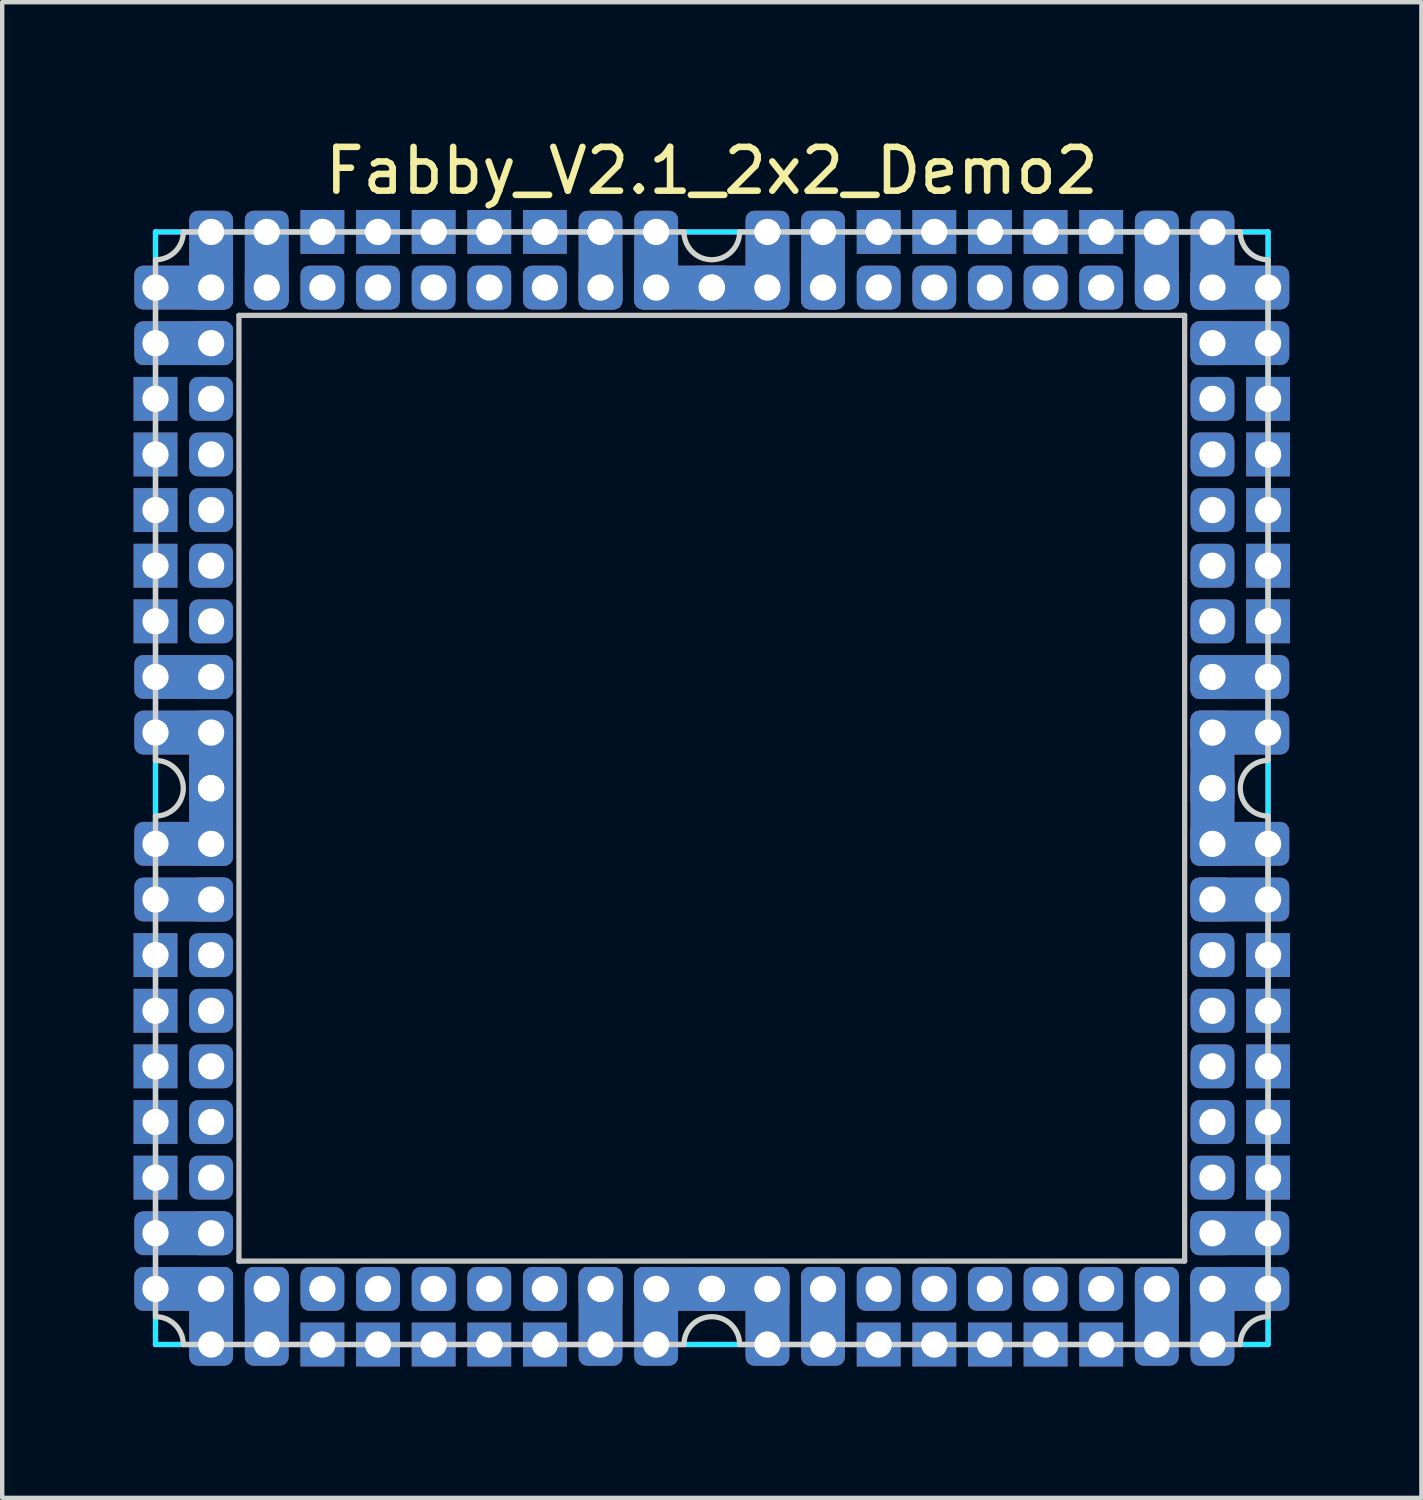
<source format=kicad_pcb>
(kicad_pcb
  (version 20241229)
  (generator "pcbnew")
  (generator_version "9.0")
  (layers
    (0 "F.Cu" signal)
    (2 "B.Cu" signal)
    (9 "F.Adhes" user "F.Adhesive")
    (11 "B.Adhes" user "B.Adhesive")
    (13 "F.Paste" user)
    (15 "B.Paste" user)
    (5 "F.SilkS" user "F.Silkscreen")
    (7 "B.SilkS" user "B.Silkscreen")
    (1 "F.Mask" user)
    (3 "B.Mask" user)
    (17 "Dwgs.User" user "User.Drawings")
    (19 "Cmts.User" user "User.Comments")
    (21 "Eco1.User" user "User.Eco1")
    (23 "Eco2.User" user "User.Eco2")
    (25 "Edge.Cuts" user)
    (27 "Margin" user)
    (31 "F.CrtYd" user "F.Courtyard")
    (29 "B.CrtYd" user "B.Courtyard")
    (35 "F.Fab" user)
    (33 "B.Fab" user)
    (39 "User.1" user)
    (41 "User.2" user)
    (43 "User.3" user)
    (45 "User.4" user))
  (footprint "Fabby_V2.1_2x2_Demo2"
    (layer "F.Cu")
    (at 13.2 14.945)
    (property "Reference" "Fabby_V2.1_2x2_Demo2" (at 0 -14.097 0) (layer "F.SilkS") (effects (font (size 1 1) (thickness 0.15))))
    (attr through_hole)
    (fp_line (start -10.795 -10.795) (end 10.795 -10.795) (stroke (width 0.12) (type solid)) (layer "Dwgs.User"))
    (fp_line (start -10.795 10.795) (end -10.795 -10.795) (stroke (width 0.12) (type solid)) (layer "Dwgs.User"))
    (fp_line (start 10.795 -10.795) (end 10.795 10.795) (stroke (width 0.12) (type solid)) (layer "Dwgs.User"))
    (fp_line (start 10.795 10.795) (end -10.795 10.795) (stroke (width 0.12) (type solid)) (layer "Dwgs.User"))
    (fp_line (start -12.7 -12.065) (end -12.7 -0.635) (stroke (width 0.12) (type solid)) (layer "Edge.Cuts"))
    (fp_line (start -12.7 0.635) (end -12.7 12.065) (stroke (width 0.12) (type solid)) (layer "Edge.Cuts"))
    (fp_line (start -12.065 -12.7) (end -0.635 -12.7) (stroke (width 0.12) (type solid)) (layer "Edge.Cuts"))
    (fp_line (start -0.635 12.7) (end -12.065 12.7) (stroke (width 0.12) (type solid)) (layer "Edge.Cuts"))
    (fp_line (start 0.635 -12.7) (end 12.065 -12.7) (stroke (width 0.12) (type solid)) (layer "Edge.Cuts"))
    (fp_line (start 12.065 12.7) (end 0.635 12.7) (stroke (width 0.12) (type solid)) (layer "Edge.Cuts"))
    (fp_line (start 12.7 -12.065) (end 12.7 -0.635) (stroke (width 0.12) (type solid)) (layer "Edge.Cuts"))
    (fp_line (start 12.7 0.635) (end 12.7 12.065) (stroke (width 0.12) (type solid)) (layer "Edge.Cuts"))
    (fp_arc (start -12.7 -0.635) (mid -12.065 0) (end -12.7 0.635) (stroke (width 0.12) (type solid)) (layer "Edge.Cuts"))
    (fp_arc (start -12.7 12.065) (mid -12.250987 12.250987) (end -12.065 12.7) (stroke (width 0.12) (type solid)) (layer "Edge.Cuts"))
    (fp_arc (start -12.065 -12.7) (mid -12.250987 -12.250987) (end -12.7 -12.065) (stroke (width 0.12) (type solid)) (layer "Edge.Cuts"))
    (fp_arc (start -0.635 12.7) (mid 0 12.065) (end 0.635 12.7) (stroke (width 0.12) (type solid)) (layer "Edge.Cuts"))
    (fp_arc (start 0.635 -12.7) (mid 0 -12.065) (end -0.635 -12.7) (stroke (width 0.12) (type solid)) (layer "Edge.Cuts"))
    (fp_arc (start 12.065 12.7) (mid 12.250987 12.250987) (end 12.7 12.065) (stroke (width 0.12) (type solid)) (layer "Edge.Cuts"))
    (fp_arc (start 12.7 -12.065) (mid 12.250987 -12.250987) (end 12.065 -12.7) (stroke (width 0.12) (type solid)) (layer "Edge.Cuts"))
    (fp_arc (start 12.7 0.635) (mid 12.065 0) (end 12.7 -0.635) (stroke (width 0.12) (type solid)) (layer "Edge.Cuts"))
    (fp_line (start -12.7 -12.7) (end 12.7 -12.7) (stroke (width 0.12) (type solid)) (layer "B.CrtYd"))
    (fp_line (start -12.7 12.7) (end -12.7 -12.7) (stroke (width 0.12) (type solid)) (layer "B.CrtYd"))
    (fp_line (start 12.7 -12.7) (end 12.7 12.7) (stroke (width 0.12) (type solid)) (layer "B.CrtYd"))
    (fp_line (start 12.7 12.7) (end -12.7 12.7) (stroke (width 0.12) (type solid)) (layer "B.CrtYd"))
    (fp_line (start -12.7 -12.7) (end 12.7 -12.7) (stroke (width 0.12) (type solid)) (layer "F.CrtYd"))
    (fp_line (start -12.7 12.7) (end -12.7 -12.7) (stroke (width 0.12) (type solid)) (layer "F.CrtYd"))
    (fp_line (start 12.7 -12.7) (end 12.7 12.7) (stroke (width 0.12) (type solid)) (layer "F.CrtYd"))
    (fp_line (start 12.7 12.7) (end -12.7 12.7) (stroke (width 0.12) (type solid)) (layer "F.CrtYd"))
    (pad "" thru_hole rect (at -12.7 -8.89 270) (size 1 1) (drill 0.6) (layers "*.Cu" "*.Mask"))
    (pad "" thru_hole rect (at -12.7 -7.62 270) (size 1 1) (drill 0.6) (layers "*.Cu" "*.Mask"))
    (pad "" thru_hole rect (at -12.7 -6.35 270) (size 1 1) (drill 0.6) (layers "*.Cu" "*.Mask"))
    (pad "" thru_hole rect (at -12.7 -5.08 270) (size 1 1) (drill 0.6) (layers "*.Cu" "*.Mask"))
    (pad "" thru_hole rect (at -12.7 -3.81 270) (size 1 1) (drill 0.6) (layers "*.Cu" "*.Mask"))
    (pad "" thru_hole rect (at -12.7 3.81 270) (size 1 1) (drill 0.6) (layers "*.Cu" "*.Mask"))
    (pad "" thru_hole rect (at -12.7 5.08 270) (size 1 1) (drill 0.6) (layers "*.Cu" "*.Mask"))
    (pad "" thru_hole rect (at -12.7 6.35 270) (size 1 1) (drill 0.6) (layers "*.Cu" "*.Mask"))
    (pad "" thru_hole rect (at -12.7 7.62 270) (size 1 1) (drill 0.6) (layers "*.Cu" "*.Mask"))
    (pad "" thru_hole rect (at -12.7 8.89 270) (size 1 1) (drill 0.6) (layers "*.Cu" "*.Mask"))
    (pad "" thru_hole rect (at -8.89 -12.7 270) (size 1 1) (drill 0.6) (layers "*.Cu" "*.Mask"))
    (pad "" thru_hole rect (at -8.89 12.7 270) (size 1 1) (drill 0.6) (layers "*.Cu" "*.Mask"))
    (pad "" thru_hole rect (at -7.62 -12.7 270) (size 1 1) (drill 0.6) (layers "*.Cu" "*.Mask"))
    (pad "" thru_hole rect (at -7.62 12.7 270) (size 1 1) (drill 0.6) (layers "*.Cu" "*.Mask"))
    (pad "" thru_hole rect (at -6.35 -12.7 270) (size 1 1) (drill 0.6) (layers "*.Cu" "*.Mask"))
    (pad "" thru_hole rect (at -6.35 12.7 270) (size 1 1) (drill 0.6) (layers "*.Cu" "*.Mask"))
    (pad "" thru_hole rect (at -5.08 -12.7 270) (size 1 1) (drill 0.6) (layers "*.Cu" "*.Mask"))
    (pad "" thru_hole rect (at -5.08 12.7 270) (size 1 1) (drill 0.6) (layers "*.Cu" "*.Mask"))
    (pad "" thru_hole rect (at -3.81 -12.7 270) (size 1 1) (drill 0.6) (layers "*.Cu" "*.Mask"))
    (pad "" thru_hole rect (at -3.81 12.7 270) (size 1 1) (drill 0.6) (layers "*.Cu" "*.Mask"))
    (pad "" thru_hole rect (at 3.81 -12.7 270) (size 1 1) (drill 0.6) (layers "*.Cu" "*.Mask"))
    (pad "" thru_hole rect (at 3.81 12.7 270) (size 1 1) (drill 0.6) (layers "*.Cu" "*.Mask"))
    (pad "" thru_hole rect (at 5.08 -12.7 270) (size 1 1) (drill 0.6) (layers "*.Cu" "*.Mask"))
    (pad "" thru_hole rect (at 5.08 12.7 270) (size 1 1) (drill 0.6) (layers "*.Cu" "*.Mask"))
    (pad "" thru_hole rect (at 6.35 -12.7 270) (size 1 1) (drill 0.6) (layers "*.Cu" "*.Mask"))
    (pad "" thru_hole rect (at 6.35 12.7 270) (size 1 1) (drill 0.6) (layers "*.Cu" "*.Mask"))
    (pad "" thru_hole rect (at 7.62 -12.7 270) (size 1 1) (drill 0.6) (layers "*.Cu" "*.Mask"))
    (pad "" thru_hole rect (at 7.62 12.7 270) (size 1 1) (drill 0.6) (layers "*.Cu" "*.Mask"))
    (pad "" thru_hole rect (at 8.89 -12.7 270) (size 1 1) (drill 0.6) (layers "*.Cu" "*.Mask"))
    (pad "" thru_hole rect (at 8.89 12.7 270) (size 1 1) (drill 0.6) (layers "*.Cu" "*.Mask"))
    (pad "" thru_hole rect (at 12.7 -8.89 270) (size 1 1) (drill 0.6) (layers "*.Cu" "*.Mask"))
    (pad "" thru_hole rect (at 12.7 -7.62 270) (size 1 1) (drill 0.6) (layers "*.Cu" "*.Mask"))
    (pad "" thru_hole rect (at 12.7 -6.35 270) (size 1 1) (drill 0.6) (layers "*.Cu" "*.Mask"))
    (pad "" thru_hole rect (at 12.7 -5.08 270) (size 1 1) (drill 0.6) (layers "*.Cu" "*.Mask"))
    (pad "" thru_hole rect (at 12.7 -3.81 270) (size 1 1) (drill 0.6) (layers "*.Cu" "*.Mask"))
    (pad "" thru_hole rect (at 12.7 3.81 270) (size 1 1) (drill 0.6) (layers "*.Cu" "*.Mask"))
    (pad "" thru_hole rect (at 12.7 5.08 270) (size 1 1) (drill 0.6) (layers "*.Cu" "*.Mask"))
    (pad "" thru_hole rect (at 12.7 6.35 270) (size 1 1) (drill 0.6) (layers "*.Cu" "*.Mask"))
    (pad "" thru_hole rect (at 12.7 7.62 270) (size 1 1) (drill 0.6) (layers "*.Cu" "*.Mask"))
    (pad "" thru_hole rect (at 12.7 8.89 270) (size 1 1) (drill 0.6) (layers "*.Cu" "*.Mask"))
    (pad "1" thru_hole roundrect (at -12.7 -11.43 270) (size 1 2.254) (drill 0.6 (offset 0 -0.643)) (layers "*.Cu" "*.Mask") (roundrect_rratio 0.2))
    (pad "1" thru_hole roundrect (at -11.43 -12.7 180) (size 1 2.254) (drill 0.6 (offset 0 -0.643)) (layers "*.Cu" "*.Mask") (roundrect_rratio 0.2))
    (pad "1" thru_hole roundrect (at -11.43 -11.43 180) (size 1 1) (drill 0.6) (layers "*.Cu" "*.Mask") (roundrect_rratio 0.2))
    (pad "2" thru_hole roundrect (at -12.7 -10.16 270) (size 1 2.254) (drill 0.6 (offset 0 -0.643)) (layers "*.Cu" "*.Mask") (roundrect_rratio 0.2))
    (pad "2" thru_hole roundrect (at -11.43 -10.16 270) (size 1 1) (drill 0.6) (layers "*.Cu" "*.Mask") (roundrect_rratio 0.2))
    (pad "3" thru_hole roundrect (at -11.43 -8.89 270) (size 1 1) (drill 0.6) (layers "*.Cu" "*.Mask") (roundrect_rratio 0.2))
    (pad "4" thru_hole roundrect (at -11.43 -7.62 270) (size 1 1) (drill 0.6) (layers "*.Cu" "*.Mask") (roundrect_rratio 0.2))
    (pad "5" thru_hole roundrect (at -11.43 -6.35 270) (size 1 1) (drill 0.6) (layers "*.Cu" "*.Mask") (roundrect_rratio 0.2))
    (pad "6" thru_hole roundrect (at -11.43 -5.08 270) (size 1 1) (drill 0.6) (layers "*.Cu" "*.Mask") (roundrect_rratio 0.2))
    (pad "7" thru_hole roundrect (at -11.43 -3.81 270) (size 1 1) (drill 0.6) (layers "*.Cu" "*.Mask") (roundrect_rratio 0.2))
    (pad "8" thru_hole roundrect (at -12.7 -2.54 270) (size 1 2.254) (drill 0.6 (offset 0 -0.643)) (layers "*.Cu" "*.Mask") (roundrect_rratio 0.2))
    (pad "8" thru_hole roundrect (at -11.43 -2.54 270) (size 1 1) (drill 0.6) (layers "*.Cu" "*.Mask") (roundrect_rratio 0.2))
    (pad "9" thru_hole roundrect (at -12.7 -1.27 270) (size 1 2.254) (drill 0.6 (offset 0 -0.643)) (layers "*.Cu" "*.Mask") (roundrect_rratio 0.2))
    (pad "9" thru_hole roundrect (at -11.43 -1.27 270) (size 1 1) (drill 0.6) (layers "*.Cu" "*.Mask") (roundrect_rratio 0.2))
    (pad "9" thru_hole roundrect (at -11.43 0) (size 1 1.78) (drill 0.6 (offset 0 -0.381)) (layers "*.Cu" "*.Mask") (roundrect_rratio 0.2))
    (pad "10" thru_hole roundrect (at -12.7 1.27 270) (size 1 2.254) (drill 0.6 (offset 0 -0.643)) (layers "*.Cu" "*.Mask") (roundrect_rratio 0.2))
    (pad "10" thru_hole roundrect (at -11.43 0 180) (size 1 1.78) (drill 0.6 (offset 0 -0.381)) (layers "*.Cu" "*.Mask") (roundrect_rratio 0.2))
    (pad "10" thru_hole roundrect (at -11.43 1.27 270) (size 1 1) (drill 0.6) (layers "*.Cu" "*.Mask") (roundrect_rratio 0.2))
    (pad "11" thru_hole roundrect (at -12.7 2.54 270) (size 1 2.254) (drill 0.6 (offset 0 -0.643)) (layers "*.Cu" "*.Mask") (roundrect_rratio 0.2))
    (pad "11" thru_hole roundrect (at -11.43 2.54 270) (size 1 1) (drill 0.6) (layers "*.Cu" "*.Mask") (roundrect_rratio 0.2))
    (pad "12" thru_hole roundrect (at -11.43 3.81 270) (size 1 1) (drill 0.6) (layers "*.Cu" "*.Mask") (roundrect_rratio 0.2))
    (pad "13" thru_hole roundrect (at -11.43 5.08 270) (size 1 1) (drill 0.6) (layers "*.Cu" "*.Mask") (roundrect_rratio 0.2))
    (pad "14" thru_hole roundrect (at -11.43 6.35 270) (size 1 1) (drill 0.6) (layers "*.Cu" "*.Mask") (roundrect_rratio 0.2))
    (pad "15" thru_hole roundrect (at -11.43 7.62 270) (size 1 1) (drill 0.6) (layers "*.Cu" "*.Mask") (roundrect_rratio 0.2))
    (pad "16" thru_hole roundrect (at -11.43 8.89 270) (size 1 1) (drill 0.6) (layers "*.Cu" "*.Mask") (roundrect_rratio 0.2))
    (pad "17" thru_hole roundrect (at -12.7 10.16 270) (size 1 2.254) (drill 0.6 (offset 0 -0.643)) (layers "*.Cu" "*.Mask") (roundrect_rratio 0.2))
    (pad "17" thru_hole roundrect (at -11.43 10.16 270) (size 1 1) (drill 0.6) (layers "*.Cu" "*.Mask") (roundrect_rratio 0.2))
    (pad "18" thru_hole roundrect (at -12.7 11.43 270) (size 1 2.254) (drill 0.6 (offset 0 -0.643)) (layers "*.Cu" "*.Mask") (roundrect_rratio 0.2))
    (pad "18" thru_hole roundrect (at -11.43 11.43 270) (size 1 1) (drill 0.6) (layers "*.Cu" "*.Mask") (roundrect_rratio 0.2))
    (pad "18" thru_hole roundrect (at -11.43 12.7) (size 1 2.254) (drill 0.6 (offset 0 -0.643)) (layers "*.Cu" "*.Mask") (roundrect_rratio 0.2))
    (pad "19" thru_hole roundrect (at -10.16 11.43 270) (size 1 1) (drill 0.6) (layers "*.Cu" "*.Mask") (roundrect_rratio 0.2))
    (pad "19" thru_hole roundrect (at -10.16 12.7) (size 1 2.254) (drill 0.6 (offset 0 -0.643)) (layers "*.Cu" "*.Mask") (roundrect_rratio 0.2))
    (pad "20" thru_hole roundrect (at -8.89 11.43 270) (size 1 1) (drill 0.6) (layers "*.Cu" "*.Mask") (roundrect_rratio 0.2))
    (pad "21" thru_hole roundrect (at -7.62 11.43 270) (size 1 1) (drill 0.6) (layers "*.Cu" "*.Mask") (roundrect_rratio 0.2))
    (pad "22" thru_hole roundrect (at -6.35 11.43 270) (size 1 1) (drill 0.6) (layers "*.Cu" "*.Mask") (roundrect_rratio 0.2))
    (pad "23" thru_hole roundrect (at -5.08 11.43 270) (size 1 1) (drill 0.6) (layers "*.Cu" "*.Mask") (roundrect_rratio 0.2))
    (pad "24" thru_hole roundrect (at -3.81 11.43 270) (size 1 1) (drill 0.6) (layers "*.Cu" "*.Mask") (roundrect_rratio 0.2))
    (pad "25" thru_hole roundrect (at -2.54 11.43 270) (size 1 1) (drill 0.6) (layers "*.Cu" "*.Mask") (roundrect_rratio 0.2))
    (pad "25" thru_hole roundrect (at -2.54 12.7) (size 1 2.254) (drill 0.6 (offset 0 -0.643)) (layers "*.Cu" "*.Mask") (roundrect_rratio 0.2))
    (pad "26" thru_hole roundrect (at -1.27 11.43 270) (size 1 1) (drill 0.6) (layers "*.Cu" "*.Mask") (roundrect_rratio 0.2))
    (pad "26" thru_hole roundrect (at -1.27 12.7) (size 1 2.254) (drill 0.6 (offset 0 -0.643)) (layers "*.Cu" "*.Mask") (roundrect_rratio 0.2))
    (pad "26" thru_hole roundrect (at 0 11.43 90) (size 1 1.78) (drill 0.6 (offset 0 -0.381)) (layers "*.Cu" "*.Mask") (roundrect_rratio 0.2))
    (pad "27" thru_hole roundrect (at 0 11.43 270) (size 1 1.78) (drill 0.6 (offset 0 -0.381)) (layers "*.Cu" "*.Mask") (roundrect_rratio 0.2))
    (pad "27" thru_hole roundrect (at 1.27 11.43 270) (size 1 1) (drill 0.6) (layers "*.Cu" "*.Mask") (roundrect_rratio 0.2))
    (pad "27" thru_hole roundrect (at 1.27 12.7) (size 1 2.254) (drill 0.6 (offset 0 -0.643)) (layers "*.Cu" "*.Mask") (roundrect_rratio 0.2))
    (pad "28" thru_hole roundrect (at 2.54 11.43 270) (size 1 1) (drill 0.6) (layers "*.Cu" "*.Mask") (roundrect_rratio 0.2))
    (pad "28" thru_hole roundrect (at 2.54 12.7) (size 1 2.254) (drill 0.6 (offset 0 -0.643)) (layers "*.Cu" "*.Mask") (roundrect_rratio 0.2))
    (pad "29" thru_hole roundrect (at 3.81 11.43 270) (size 1 1) (drill 0.6) (layers "*.Cu" "*.Mask") (roundrect_rratio 0.2))
    (pad "30" thru_hole roundrect (at 5.08 11.43 270) (size 1 1) (drill 0.6) (layers "*.Cu" "*.Mask") (roundrect_rratio 0.2))
    (pad "31" thru_hole roundrect (at 6.35 11.43 270) (size 1 1) (drill 0.6) (layers "*.Cu" "*.Mask") (roundrect_rratio 0.2))
    (pad "32" thru_hole roundrect (at 7.62 11.43 270) (size 1 1) (drill 0.6) (layers "*.Cu" "*.Mask") (roundrect_rratio 0.2))
    (pad "33" thru_hole roundrect (at 8.89 11.43 270) (size 1 1) (drill 0.6) (layers "*.Cu" "*.Mask") (roundrect_rratio 0.2))
    (pad "34" thru_hole roundrect (at 10.16 11.43 270) (size 1 1) (drill 0.6) (layers "*.Cu" "*.Mask") (roundrect_rratio 0.2))
    (pad "34" thru_hole roundrect (at 10.16 12.7) (size 1 2.254) (drill 0.6 (offset 0 -0.643)) (layers "*.Cu" "*.Mask") (roundrect_rratio 0.2))
    (pad "35" thru_hole roundrect (at 11.43 11.43 90) (size 1 1) (drill 0.6) (layers "*.Cu" "*.Mask") (roundrect_rratio 0.2))
    (pad "35" thru_hole roundrect (at 11.43 12.7) (size 1 2.254) (drill 0.6 (offset 0 -0.643)) (layers "*.Cu" "*.Mask") (roundrect_rratio 0.2))
    (pad "35" thru_hole roundrect (at 12.7 11.43 90) (size 1 2.254) (drill 0.6 (offset 0 -0.643)) (layers "*.Cu" "*.Mask") (roundrect_rratio 0.2))
    (pad "36" thru_hole roundrect (at 11.43 10.16 270) (size 1 1) (drill 0.6) (layers "*.Cu" "*.Mask") (roundrect_rratio 0.2))
    (pad "36" thru_hole roundrect (at 12.7 10.16 90) (size 1 2.254) (drill 0.6 (offset 0 -0.643)) (layers "*.Cu" "*.Mask") (roundrect_rratio 0.2))
    (pad "37" thru_hole roundrect (at 11.43 8.89 270) (size 1 1) (drill 0.6) (layers "*.Cu" "*.Mask") (roundrect_rratio 0.2))
    (pad "38" thru_hole roundrect (at 11.43 7.62 270) (size 1 1) (drill 0.6) (layers "*.Cu" "*.Mask") (roundrect_rratio 0.2))
    (pad "39" thru_hole roundrect (at 11.43 6.35 270) (size 1 1) (drill 0.6) (layers "*.Cu" "*.Mask") (roundrect_rratio 0.2))
    (pad "40" thru_hole roundrect (at 11.43 5.08 270) (size 1 1) (drill 0.6) (layers "*.Cu" "*.Mask") (roundrect_rratio 0.2))
    (pad "41" thru_hole roundrect (at 11.43 3.81 270) (size 1 1) (drill 0.6) (layers "*.Cu" "*.Mask") (roundrect_rratio 0.2))
    (pad "42" thru_hole roundrect (at 11.43 2.54 270) (size 1 1) (drill 0.6) (layers "*.Cu" "*.Mask") (roundrect_rratio 0.2))
    (pad "42" thru_hole roundrect (at 12.7 2.54 90) (size 1 2.254) (drill 0.6 (offset 0 -0.643)) (layers "*.Cu" "*.Mask") (roundrect_rratio 0.2))
    (pad "43" thru_hole roundrect (at 11.43 0 180) (size 1 1.78) (drill 0.6 (offset 0 -0.381)) (layers "*.Cu" "*.Mask") (roundrect_rratio 0.2))
    (pad "43" thru_hole roundrect (at 11.43 1.27 270) (size 1 1) (drill 0.6) (layers "*.Cu" "*.Mask") (roundrect_rratio 0.2))
    (pad "43" thru_hole roundrect (at 12.7 1.27 90) (size 1 2.254) (drill 0.6 (offset 0 -0.643)) (layers "*.Cu" "*.Mask") (roundrect_rratio 0.2))
    (pad "44" thru_hole roundrect (at 11.43 -1.27 270) (size 1 1) (drill 0.6) (layers "*.Cu" "*.Mask") (roundrect_rratio 0.2))
    (pad "44" thru_hole roundrect (at 11.43 0) (size 1 1.78) (drill 0.6 (offset 0 -0.381)) (layers "*.Cu" "*.Mask") (roundrect_rratio 0.2))
    (pad "44" thru_hole roundrect (at 12.7 -1.27 90) (size 1 2.254) (drill 0.6 (offset 0 -0.643)) (layers "*.Cu" "*.Mask") (roundrect_rratio 0.2))
    (pad "45" thru_hole roundrect (at 11.43 -2.54 270) (size 1 1) (drill 0.6) (layers "*.Cu" "*.Mask") (roundrect_rratio 0.2))
    (pad "45" thru_hole roundrect (at 12.7 -2.54 90) (size 1 2.254) (drill 0.6 (offset 0 -0.643)) (layers "*.Cu" "*.Mask") (roundrect_rratio 0.2))
    (pad "46" thru_hole roundrect (at 11.43 -3.81 270) (size 1 1) (drill 0.6) (layers "*.Cu" "*.Mask") (roundrect_rratio 0.2))
    (pad "47" thru_hole roundrect (at 11.43 -5.08 270) (size 1 1) (drill 0.6) (layers "*.Cu" "*.Mask") (roundrect_rratio 0.2))
    (pad "48" thru_hole roundrect (at 11.43 -6.35 270) (size 1 1) (drill 0.6) (layers "*.Cu" "*.Mask") (roundrect_rratio 0.2))
    (pad "49" thru_hole roundrect (at 11.43 -7.62 270) (size 1 1) (drill 0.6) (layers "*.Cu" "*.Mask") (roundrect_rratio 0.2))
    (pad "50" thru_hole roundrect (at 11.43 -8.89 270) (size 1 1) (drill 0.6) (layers "*.Cu" "*.Mask") (roundrect_rratio 0.2))
    (pad "51" thru_hole roundrect (at 11.43 -10.16 270) (size 1 1) (drill 0.6) (layers "*.Cu" "*.Mask") (roundrect_rratio 0.2))
    (pad "51" thru_hole roundrect (at 12.7 -10.16 90) (size 1 2.254) (drill 0.6 (offset 0 -0.643)) (layers "*.Cu" "*.Mask") (roundrect_rratio 0.2))
    (pad "52" thru_hole roundrect (at 11.43 -12.7 180) (size 1 2.254) (drill 0.6 (offset 0 -0.643)) (layers "*.Cu" "*.Mask") (roundrect_rratio 0.2))
    (pad "52" thru_hole roundrect (at 11.43 -11.43 270) (size 1 1) (drill 0.6) (layers "*.Cu" "*.Mask") (roundrect_rratio 0.2))
    (pad "52" thru_hole roundrect (at 12.7 -11.43 90) (size 1 2.254) (drill 0.6 (offset 0 -0.643)) (layers "*.Cu" "*.Mask") (roundrect_rratio 0.2))
    (pad "53" thru_hole roundrect (at 10.16 -12.7 180) (size 1 2.254) (drill 0.6 (offset 0 -0.643)) (layers "*.Cu" "*.Mask") (roundrect_rratio 0.2))
    (pad "53" thru_hole roundrect (at 10.16 -11.43 270) (size 1 1) (drill 0.6) (layers "*.Cu" "*.Mask") (roundrect_rratio 0.2))
    (pad "54" thru_hole roundrect (at 8.89 -11.43 270) (size 1 1) (drill 0.6) (layers "*.Cu" "*.Mask") (roundrect_rratio 0.2))
    (pad "55" thru_hole roundrect (at 7.62 -11.43 270) (size 1 1) (drill 0.6) (layers "*.Cu" "*.Mask") (roundrect_rratio 0.2))
    (pad "56" thru_hole roundrect (at 6.35 -11.43 270) (size 1 1) (drill 0.6) (layers "*.Cu" "*.Mask") (roundrect_rratio 0.2))
    (pad "57" thru_hole roundrect (at 5.08 -11.43 270) (size 1 1) (drill 0.6) (layers "*.Cu" "*.Mask") (roundrect_rratio 0.2))
    (pad "58" thru_hole roundrect (at 3.81 -11.43 270) (size 1 1) (drill 0.6) (layers "*.Cu" "*.Mask") (roundrect_rratio 0.2))
    (pad "59" thru_hole roundrect (at 2.54 -12.7 180) (size 1 2.254) (drill 0.6 (offset 0 -0.643)) (layers "*.Cu" "*.Mask") (roundrect_rratio 0.2))
    (pad "59" thru_hole roundrect (at 2.54 -11.43 270) (size 1 1) (drill 0.6) (layers "*.Cu" "*.Mask") (roundrect_rratio 0.2))
    (pad "60" thru_hole roundrect (at 0 -11.43 270) (size 1 1.78) (drill 0.6 (offset 0 -0.381)) (layers "*.Cu" "*.Mask") (roundrect_rratio 0.2))
    (pad "60" thru_hole roundrect (at 1.27 -12.7 180) (size 1 2.254) (drill 0.6 (offset 0 -0.643)) (layers "*.Cu" "*.Mask") (roundrect_rratio 0.2))
    (pad "60" thru_hole roundrect (at 1.27 -11.43 270) (size 1 1) (drill 0.6) (layers "*.Cu" "*.Mask") (roundrect_rratio 0.2))
    (pad "61" thru_hole roundrect (at -1.27 -12.7 180) (size 1 2.254) (drill 0.6 (offset 0 -0.643)) (layers "*.Cu" "*.Mask") (roundrect_rratio 0.2))
    (pad "61" thru_hole roundrect (at -1.27 -11.43 270) (size 1 1) (drill 0.6) (layers "*.Cu" "*.Mask") (roundrect_rratio 0.2))
    (pad "61" thru_hole roundrect (at 0 -11.43 90) (size 1 1.78) (drill 0.6 (offset 0 -0.381)) (layers "*.Cu" "*.Mask") (roundrect_rratio 0.2))
    (pad "62" thru_hole roundrect (at -2.54 -12.7 180) (size 1 2.254) (drill 0.6 (offset 0 -0.643)) (layers "*.Cu" "*.Mask") (roundrect_rratio 0.2))
    (pad "62" thru_hole roundrect (at -2.54 -11.43 270) (size 1 1) (drill 0.6) (layers "*.Cu" "*.Mask") (roundrect_rratio 0.2))
    (pad "63" thru_hole roundrect (at -3.81 -11.43 270) (size 1 1) (drill 0.6) (layers "*.Cu" "*.Mask") (roundrect_rratio 0.2))
    (pad "64" thru_hole roundrect (at -5.08 -11.43 270) (size 1 1) (drill 0.6) (layers "*.Cu" "*.Mask") (roundrect_rratio 0.2))
    (pad "65" thru_hole roundrect (at -6.35 -11.43 270) (size 1 1) (drill 0.6) (layers "*.Cu" "*.Mask") (roundrect_rratio 0.2))
    (pad "66" thru_hole roundrect (at -7.62 -11.43 270) (size 1 1) (drill 0.6) (layers "*.Cu" "*.Mask") (roundrect_rratio 0.2))
    (pad "67" thru_hole roundrect (at -8.89 -11.43 270) (size 1 1) (drill 0.6) (layers "*.Cu" "*.Mask") (roundrect_rratio 0.2))
    (pad "68" thru_hole roundrect (at -10.16 -12.7 180) (size 1 2.254) (drill 0.6 (offset 0 -0.643)) (layers "*.Cu" "*.Mask") (roundrect_rratio 0.2))
    (pad "68" thru_hole roundrect (at -10.16 -11.43 270) (size 1 1) (drill 0.6) (layers "*.Cu" "*.Mask") (roundrect_rratio 0.2)))
  (gr_rect
    (start -3 -3)
    (end 29.4 31.145)
    (stroke (width 0.1) (type default))
    (fill no)
    (layer "Edge.Cuts")))
</source>
